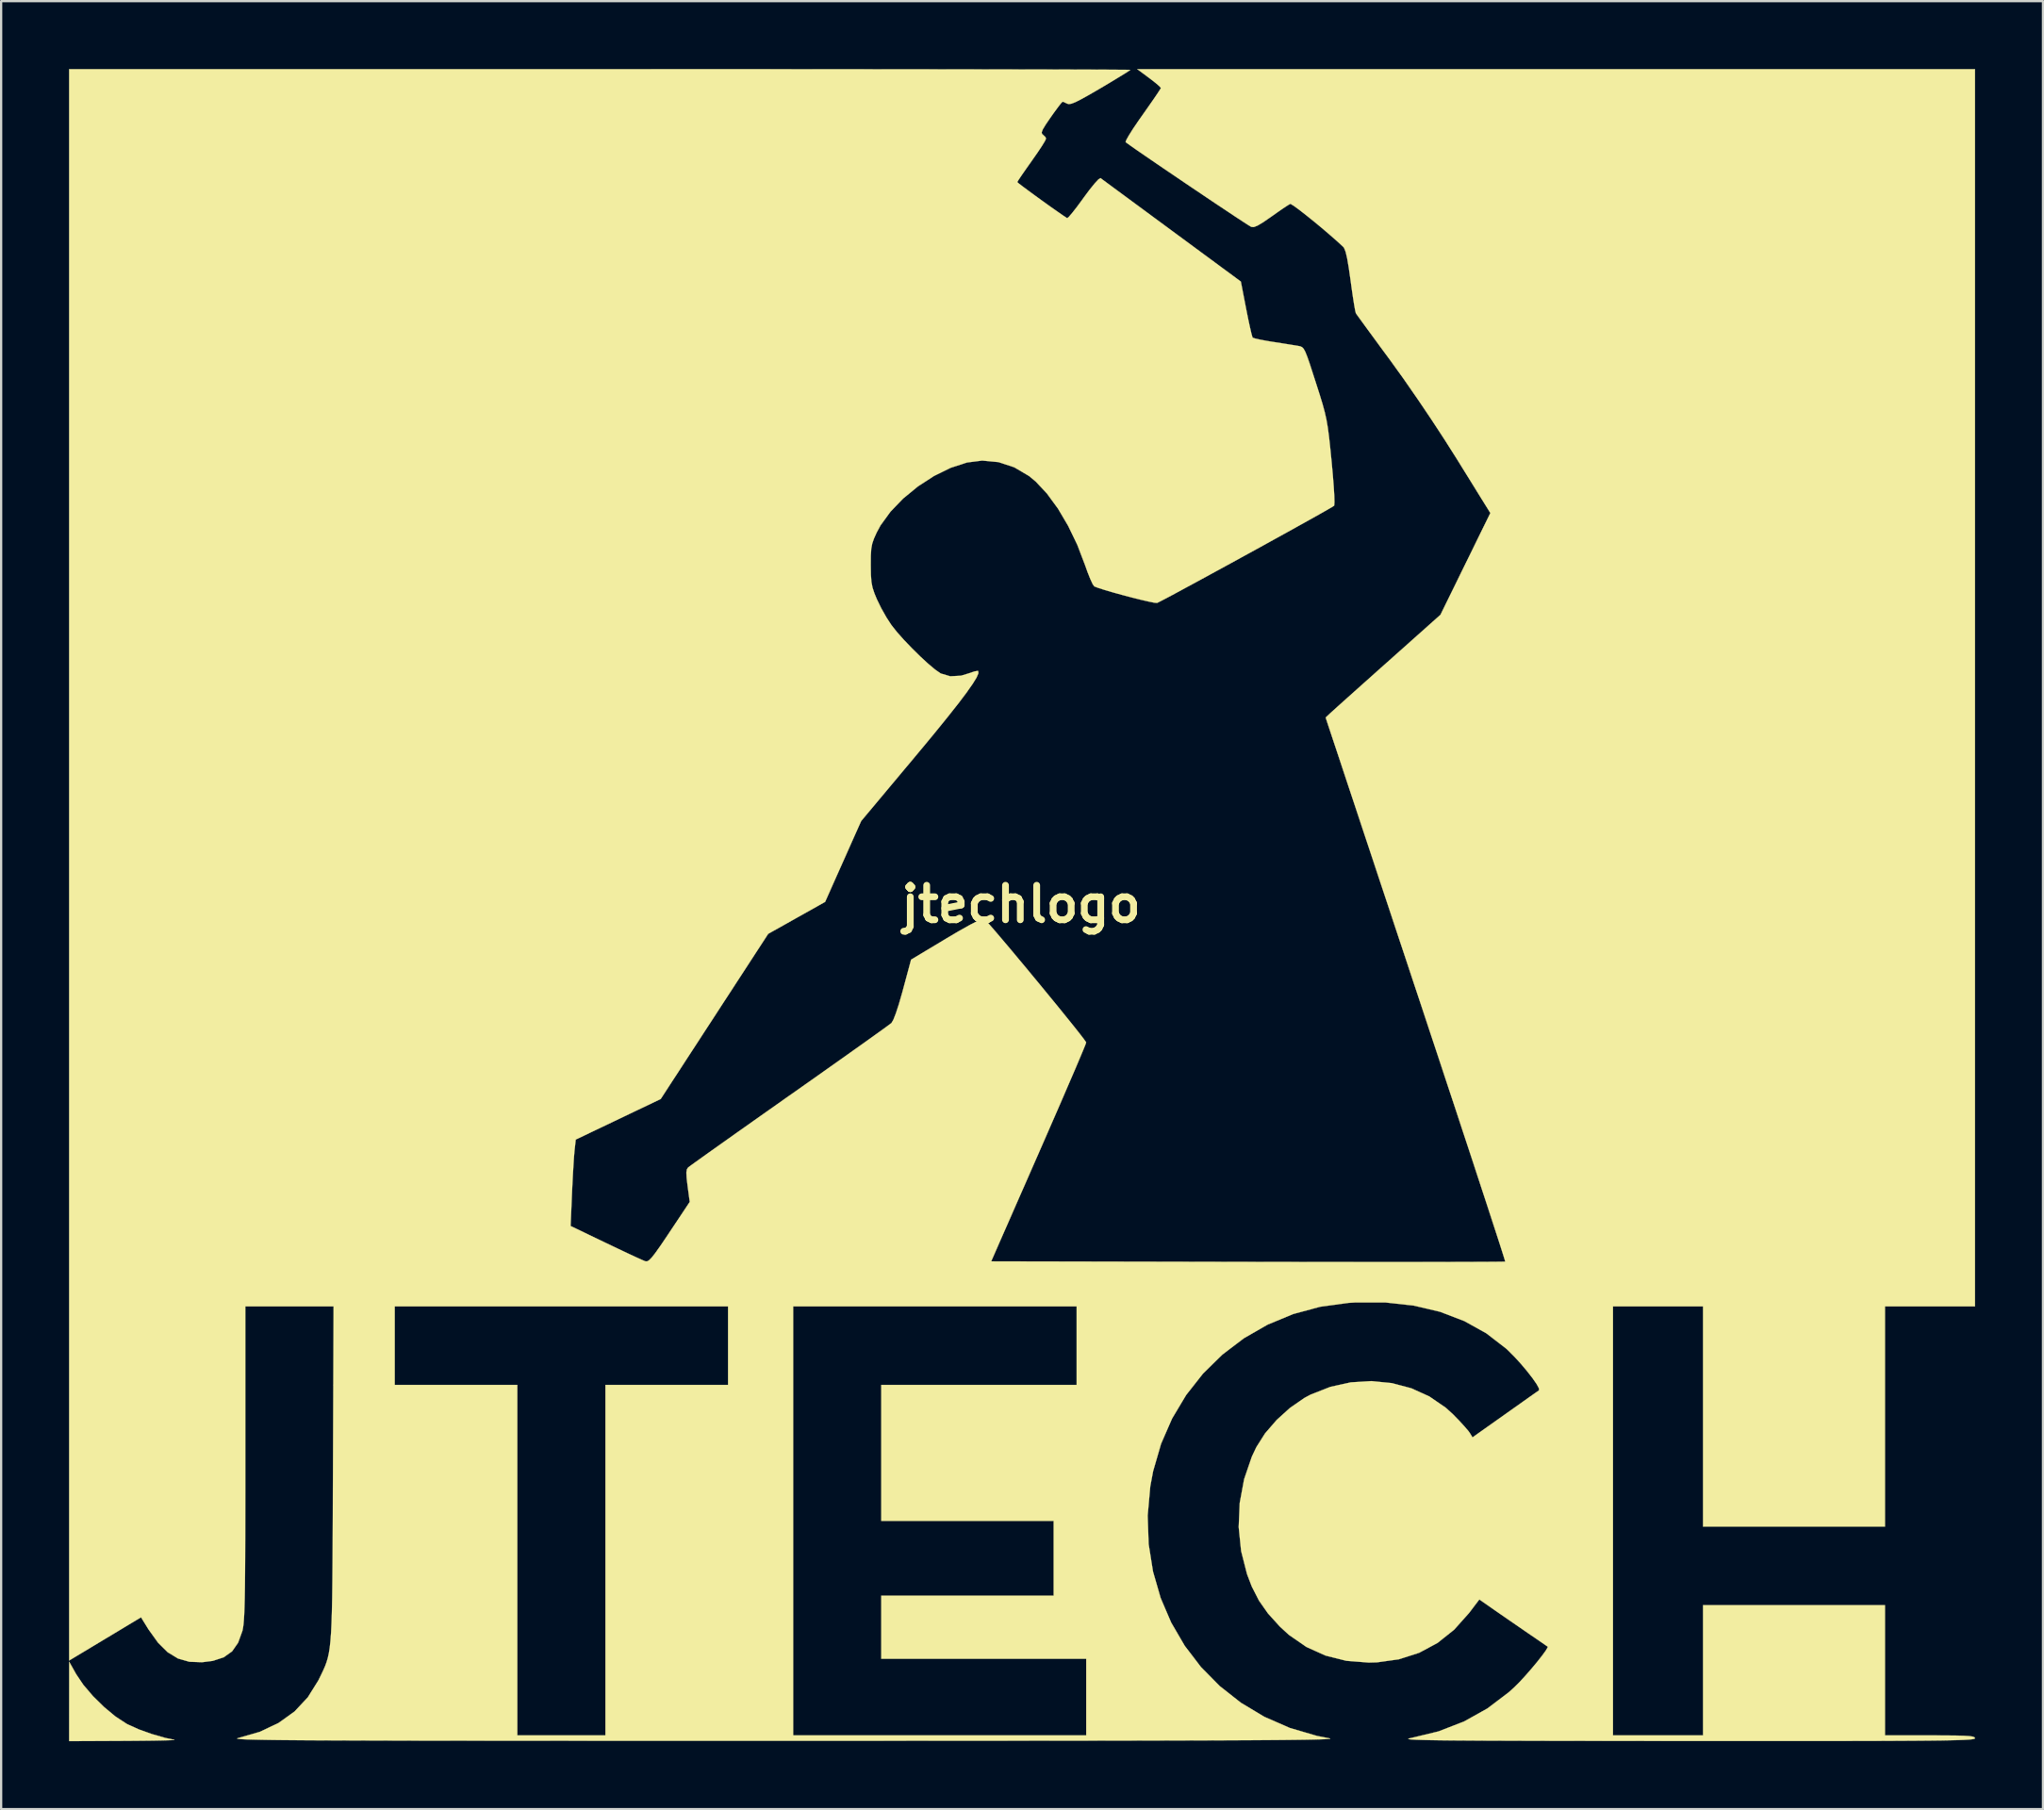
<source format=kicad_pcb>
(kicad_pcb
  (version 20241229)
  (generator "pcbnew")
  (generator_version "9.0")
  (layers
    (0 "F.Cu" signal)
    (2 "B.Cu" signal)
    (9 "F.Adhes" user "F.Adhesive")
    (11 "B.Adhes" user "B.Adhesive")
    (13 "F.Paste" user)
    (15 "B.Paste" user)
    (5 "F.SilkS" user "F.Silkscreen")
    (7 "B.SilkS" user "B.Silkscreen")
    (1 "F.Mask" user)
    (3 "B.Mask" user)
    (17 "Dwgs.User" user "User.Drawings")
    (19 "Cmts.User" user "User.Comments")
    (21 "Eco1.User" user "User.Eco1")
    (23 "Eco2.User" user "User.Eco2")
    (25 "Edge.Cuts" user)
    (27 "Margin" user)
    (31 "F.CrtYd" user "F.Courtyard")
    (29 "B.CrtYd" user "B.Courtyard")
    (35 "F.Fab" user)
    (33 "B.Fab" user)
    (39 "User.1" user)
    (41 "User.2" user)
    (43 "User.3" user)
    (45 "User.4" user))
  (footprint "jtechlogo"
    (layer "F.Cu")
    (at 42.084 36.92)
    (property "Reference" "jtechlogo" (at 0 0 0) (layer "F.SilkS") (effects (font (size 1.524 1.524) (thickness 0.3))))
    (attr through_hole)
    (fp_poly (pts (xy -41.768 34.036) (xy -41.45 34.509) (xy -41.024 35.008) (xy -40.535 35.49) (xy -40.028 35.91) (xy -39.545 36.227) (xy -39.493 36.255) (xy -39 36.478) (xy -38.418 36.686) (xy -37.826 36.856) (xy -37.423 36.941) (xy -37.449 36.95) (xy -37.625 36.959) (xy -37.934 36.968) (xy -38.355 36.976) (xy -38.871 36.982) (xy -39.462 36.987) (xy -39.645 36.988) (xy -42.079 36.999) (xy -42.078 35.242) (xy -42.077 33.486) (xy -41.768 34.036)) (stroke (width 0.01) (type solid)) (fill yes) (layer "F.SilkS"))
    (fp_poly (pts (xy -16.646 -36.915) (xy -14.709 -36.914) (xy -12.823 -36.914) (xy -10.996 -36.913) (xy -9.233 -36.912) (xy -7.543 -36.911) (xy -5.93 -36.909) (xy -4.403 -36.908) (xy -2.968 -36.906) (xy -1.632 -36.904) (xy -0.402 -36.902) (xy 0.716 -36.9) (xy 1.714 -36.898) (xy 2.586 -36.895) (xy 3.326 -36.893) (xy 3.925 -36.89) (xy 4.378 -36.887) (xy 4.677 -36.885) (xy 4.816 -36.882) (xy 4.826 -36.881) (xy 4.757 -36.829) (xy 4.564 -36.706) (xy 4.272 -36.527) (xy 3.903 -36.304) (xy 3.514 -36.073) (xy 3.03 -35.791) (xy 2.669 -35.59) (xy 2.409 -35.458) (xy 2.23 -35.388) (xy 2.112 -35.369) (xy 2.038 -35.388) (xy 1.89 -35.458) (xy 1.833 -35.475) (xy 1.77 -35.411) (xy 1.634 -35.236) (xy 1.447 -34.981) (xy 1.309 -34.786) (xy 1.09 -34.466) (xy 0.961 -34.254) (xy 0.91 -34.124) (xy 0.925 -34.05) (xy 0.963 -34.02) (xy 1.08 -33.905) (xy 1.101 -33.84) (xy 1.054 -33.735) (xy 0.925 -33.524) (xy 0.734 -33.235) (xy 0.499 -32.898) (xy 0.466 -32.851) (xy 0.228 -32.515) (xy 0.031 -32.231) (xy -0.107 -32.025) (xy -0.167 -31.925) (xy -0.168 -31.921) (xy -0.103 -31.862) (xy 0.073 -31.727) (xy 0.33 -31.535) (xy 0.64 -31.308) (xy 0.976 -31.065) (xy 1.309 -30.826) (xy 1.611 -30.614) (xy 1.852 -30.447) (xy 2.006 -30.346) (xy 2.04 -30.327) (xy 2.109 -30.383) (xy 2.255 -30.553) (xy 2.458 -30.812) (xy 2.699 -31.138) (xy 2.765 -31.23) (xy 3.029 -31.586) (xy 3.252 -31.862) (xy 3.417 -32.039) (xy 3.508 -32.097) (xy 3.514 -32.095) (xy 3.597 -32.033) (xy 3.803 -31.881) (xy 4.117 -31.649) (xy 4.525 -31.348) (xy 5.013 -30.989) (xy 5.566 -30.581) (xy 6.171 -30.135) (xy 6.655 -29.778) (xy 9.713 -27.524) (xy 9.948 -26.314) (xy 10.035 -25.88) (xy 10.115 -25.508) (xy 10.18 -25.226) (xy 10.225 -25.068) (xy 10.235 -25.045) (xy 10.336 -25.009) (xy 10.566 -24.956) (xy 10.887 -24.896) (xy 11.134 -24.856) (xy 11.526 -24.795) (xy 11.884 -24.738) (xy 12.156 -24.694) (xy 12.252 -24.678) (xy 12.345 -24.659) (xy 12.422 -24.622) (xy 12.492 -24.547) (xy 12.565 -24.411) (xy 12.652 -24.193) (xy 12.764 -23.872) (xy 12.909 -23.425) (xy 13.031 -23.047) (xy 13.197 -22.526) (xy 13.325 -22.106) (xy 13.422 -21.749) (xy 13.497 -21.416) (xy 13.557 -21.069) (xy 13.61 -20.668) (xy 13.664 -20.175) (xy 13.724 -19.574) (xy 13.778 -18.981) (xy 13.818 -18.469) (xy 13.843 -18.059) (xy 13.85 -17.771) (xy 13.84 -17.625) (xy 13.834 -17.613) (xy 13.742 -17.554) (xy 13.518 -17.425) (xy 13.18 -17.233) (xy 12.745 -16.989) (xy 12.229 -16.702) (xy 11.65 -16.381) (xy 11.026 -16.036) (xy 10.372 -15.676) (xy 9.707 -15.311) (xy 9.047 -14.95) (xy 8.41 -14.602) (xy 7.813 -14.277) (xy 7.272 -13.984) (xy 6.806 -13.732) (xy 6.431 -13.532) (xy 6.164 -13.392) (xy 6.023 -13.322) (xy 6.008 -13.316) (xy 5.887 -13.327) (xy 5.64 -13.377) (xy 5.299 -13.456) (xy 4.9 -13.556) (xy 4.477 -13.668) (xy 4.065 -13.781) (xy 3.699 -13.888) (xy 3.414 -13.979) (xy 3.243 -14.044) (xy 3.233 -14.049) (xy 3.163 -14.15) (xy 3.057 -14.377) (xy 2.932 -14.694) (xy 2.827 -14.99) (xy 2.485 -15.883) (xy 2.08 -16.724) (xy 1.628 -17.488) (xy 1.146 -18.148) (xy 0.649 -18.68) (xy 0.357 -18.923) (xy -0.302 -19.312) (xy -0.999 -19.542) (xy -1.719 -19.61) (xy -2.392 -19.525) (xy -3.119 -19.288) (xy -3.852 -18.927) (xy -4.561 -18.467) (xy -5.212 -17.933) (xy -5.774 -17.349) (xy -6.216 -16.74) (xy -6.383 -16.431) (xy -6.503 -16.163) (xy -6.58 -15.939) (xy -6.623 -15.706) (xy -6.641 -15.41) (xy -6.644 -15) (xy -6.644 -14.986) (xy -6.638 -14.563) (xy -6.616 -14.252) (xy -6.568 -13.998) (xy -6.484 -13.743) (xy -6.378 -13.486) (xy -6.185 -13.09) (xy -5.944 -12.665) (xy -5.735 -12.343) (xy -5.498 -12.043) (xy -5.187 -11.692) (xy -4.832 -11.321) (xy -4.463 -10.957) (xy -4.11 -10.631) (xy -3.801 -10.372) (xy -3.569 -10.21) (xy -3.546 -10.197) (xy -3.131 -10.075) (xy -2.656 -10.101) (xy -2.286 -10.212) (xy -2.067 -10.287) (xy -1.921 -10.313) (xy -1.896 -10.306) (xy -1.887 -10.21) (xy -1.967 -10.022) (xy -2.14 -9.739) (xy -2.409 -9.355) (xy -2.778 -8.867) (xy -3.251 -8.269) (xy -3.829 -7.556) (xy -4.518 -6.724) (xy -4.686 -6.523) (xy -7.07 -3.674) (xy -7.866 -1.888) (xy -8.662 -0.102) (xy -9.92 0.605) (xy -11.179 1.312) (xy -15.93 8.613) (xy -19.685 10.406) (xy -19.739 10.897) (xy -19.761 11.152) (xy -19.786 11.534) (xy -19.813 12.001) (xy -19.839 12.511) (xy -19.852 12.807) (xy -19.912 14.226) (xy -18.345 14.979) (xy -17.861 15.21) (xy -17.421 15.418) (xy -17.05 15.591) (xy -16.774 15.716) (xy -16.619 15.782) (xy -16.605 15.787) (xy -16.533 15.79) (xy -16.447 15.742) (xy -16.332 15.627) (xy -16.174 15.427) (xy -15.96 15.126) (xy -15.675 14.705) (xy -15.539 14.502) (xy -14.646 13.161) (xy -14.741 12.456) (xy -14.784 12.094) (xy -14.795 11.861) (xy -14.773 11.721) (xy -14.72 11.642) (xy -14.632 11.575) (xy -14.418 11.419) (xy -14.089 11.183) (xy -13.658 10.876) (xy -13.137 10.506) (xy -12.538 10.082) (xy -11.872 9.611) (xy -11.153 9.104) (xy -10.393 8.568) (xy -10.245 8.464) (xy -9.476 7.923) (xy -8.746 7.407) (xy -8.066 6.926) (xy -7.449 6.489) (xy -6.907 6.103) (xy -6.453 5.779) (xy -6.098 5.524) (xy -5.856 5.347) (xy -5.737 5.257) (xy -5.73 5.251) (xy -5.647 5.11) (xy -5.536 4.826) (xy -5.403 4.421) (xy -5.257 3.917) (xy -5.219 3.778) (xy -4.863 2.452) (xy -3.301 1.514) (xy -2.712 1.167) (xy -2.246 0.906) (xy -1.906 0.733) (xy -1.699 0.65) (xy -1.635 0.648) (xy -1.545 0.738) (xy -1.364 0.939) (xy -1.108 1.235) (xy -0.789 1.61) (xy -0.422 2.046) (xy -0.021 2.526) (xy 0.402 3.035) (xy 0.831 3.554) (xy 1.254 4.069) (xy 1.656 4.56) (xy 2.023 5.013) (xy 2.342 5.409) (xy 2.598 5.733) (xy 2.779 5.968) (xy 2.869 6.096) (xy 2.877 6.114) (xy 2.844 6.209) (xy 2.748 6.445) (xy 2.595 6.809) (xy 2.392 7.287) (xy 2.143 7.866) (xy 1.856 8.532) (xy 1.535 9.271) (xy 1.187 10.069) (xy 0.817 10.914) (xy 0.777 11.007) (xy -1.322 15.79) (xy 10.021 15.812) (xy 11.392 15.814) (xy 12.717 15.816) (xy 13.986 15.817) (xy 15.187 15.818) (xy 16.312 15.818) (xy 17.351 15.818) (xy 18.293 15.817) (xy 19.13 15.815) (xy 19.851 15.813) (xy 20.446 15.811) (xy 20.906 15.808) (xy 21.22 15.805) (xy 21.379 15.801) (xy 21.398 15.799) (xy 21.375 15.717) (xy 21.302 15.482) (xy 21.182 15.104) (xy 21.017 14.592) (xy 20.809 13.955) (xy 20.563 13.202) (xy 20.281 12.34) (xy 19.966 11.38) (xy 19.62 10.33) (xy 19.247 9.198) (xy 18.849 7.994) (xy 18.43 6.727) (xy 17.992 5.405) (xy 17.539 4.037) (xy 17.446 3.758) (xy 13.461 -8.25) (xy 13.652 -8.43) (xy 13.758 -8.527) (xy 13.974 -8.722) (xy 14.286 -9.002) (xy 14.679 -9.354) (xy 15.136 -9.762) (xy 15.642 -10.214) (xy 16.182 -10.696) (xy 16.19 -10.702) (xy 18.536 -12.793) (xy 20.741 -17.291) (xy 19.291 -19.631) (xy 18.735 -20.51) (xy 18.126 -21.441) (xy 17.496 -22.374) (xy 16.882 -23.258) (xy 16.346 -24.003) (xy 15.966 -24.519) (xy 15.619 -24.992) (xy 15.316 -25.405) (xy 15.072 -25.741) (xy 14.897 -25.981) (xy 14.806 -26.109) (xy 14.797 -26.123) (xy 14.769 -26.233) (xy 14.724 -26.48) (xy 14.668 -26.835) (xy 14.606 -27.266) (xy 14.566 -27.562) (xy 14.485 -28.128) (xy 14.414 -28.544) (xy 14.348 -28.827) (xy 14.282 -28.998) (xy 14.242 -29.053) (xy 13.974 -29.301) (xy 13.65 -29.585) (xy 13.297 -29.887) (xy 12.937 -30.185) (xy 12.595 -30.46) (xy 12.296 -30.693) (xy 12.064 -30.863) (xy 11.923 -30.95) (xy 11.896 -30.957) (xy 11.788 -30.894) (xy 11.576 -30.754) (xy 11.294 -30.559) (xy 11.057 -30.392) (xy 10.701 -30.145) (xy 10.451 -29.996) (xy 10.285 -29.931) (xy 10.178 -29.938) (xy 10.174 -29.94) (xy 10.054 -30.012) (xy 9.818 -30.164) (xy 9.485 -30.383) (xy 9.072 -30.657) (xy 8.599 -30.972) (xy 8.083 -31.318) (xy 7.545 -31.68) (xy 7.001 -32.048) (xy 6.471 -32.407) (xy 5.974 -32.745) (xy 5.527 -33.051) (xy 5.149 -33.311) (xy 4.86 -33.513) (xy 4.677 -33.644) (xy 4.618 -33.691) (xy 4.649 -33.782) (xy 4.764 -33.986) (xy 4.948 -34.277) (xy 5.187 -34.631) (xy 5.374 -34.897) (xy 5.643 -35.279) (xy 5.875 -35.612) (xy 6.051 -35.873) (xy 6.156 -36.037) (xy 6.179 -36.081) (xy 6.117 -36.154) (xy 5.95 -36.298) (xy 5.712 -36.484) (xy 5.657 -36.525) (xy 5.133 -36.915) (xy 42.164 -36.915) (xy 42.164 17.78) (xy 38.185 17.78) (xy 38.185 27.517) (xy 30.141 27.517) (xy 30.141 17.78) (xy 26.162 17.78) (xy 26.162 36.745) (xy 30.141 36.745) (xy 30.141 30.988) (xy 38.185 30.988) (xy 38.185 36.745) (xy 40.174 36.745) (xy 40.813 36.747) (xy 41.302 36.751) (xy 41.66 36.76) (xy 41.906 36.775) (xy 42.059 36.797) (xy 42.138 36.827) (xy 42.164 36.866) (xy 42.164 36.872) (xy 42.15 36.89) (xy 42.103 36.905) (xy 42.015 36.919) (xy 41.879 36.932) (xy 41.686 36.943) (xy 41.43 36.953) (xy 41.102 36.961) (xy 40.695 36.969) (xy 40.201 36.975) (xy 39.612 36.98) (xy 38.92 36.984) (xy 38.119 36.988) (xy 37.2 36.99) (xy 36.155 36.992) (xy 34.977 36.993) (xy 33.658 36.993) (xy 32.19 36.993) (xy 30.566 36.992) (xy 29.358 36.992) (xy 27.63 36.991) (xy 26.065 36.989) (xy 24.654 36.988) (xy 23.391 36.986) (xy 22.269 36.983) (xy 21.279 36.98) (xy 20.416 36.977) (xy 19.671 36.972) (xy 19.037 36.968) (xy 18.508 36.962) (xy 18.076 36.955) (xy 17.734 36.947) (xy 17.475 36.939) (xy 17.29 36.929) (xy 17.174 36.918) (xy 17.119 36.906) (xy 17.117 36.892) (xy 17.162 36.877) (xy 17.23 36.863) (xy 18.449 36.568) (xy 19.575 36.132) (xy 20.612 35.553) (xy 21.565 34.83) (xy 21.797 34.62) (xy 22.023 34.395) (xy 22.281 34.116) (xy 22.548 33.81) (xy 22.803 33.505) (xy 23.023 33.226) (xy 23.187 33.002) (xy 23.272 32.858) (xy 23.275 32.822) (xy 23.196 32.767) (xy 23.005 32.636) (xy 22.732 32.448) (xy 22.403 32.223) (xy 22.394 32.217) (xy 21.98 31.932) (xy 21.537 31.627) (xy 21.129 31.345) (xy 20.901 31.187) (xy 20.255 30.736) (xy 19.801 31.334) (xy 19.144 32.07) (xy 18.407 32.658) (xy 17.591 33.095) (xy 16.699 33.381) (xy 15.736 33.515) (xy 15.367 33.525) (xy 14.378 33.448) (xy 13.457 33.217) (xy 12.61 32.835) (xy 11.839 32.303) (xy 11.43 31.927) (xy 10.912 31.353) (xy 10.513 30.785) (xy 10.197 30.165) (xy 9.986 29.613) (xy 9.725 28.593) (xy 9.618 27.536) (xy 9.663 26.47) (xy 9.857 25.422) (xy 10.2 24.421) (xy 10.397 24.003) (xy 10.784 23.394) (xy 11.296 22.801) (xy 11.888 22.265) (xy 12.519 21.829) (xy 12.785 21.686) (xy 13.667 21.338) (xy 14.574 21.138) (xy 15.487 21.083) (xy 16.384 21.171) (xy 17.244 21.398) (xy 18.047 21.762) (xy 18.771 22.259) (xy 19.095 22.555) (xy 19.367 22.834) (xy 19.604 23.093) (xy 19.773 23.291) (xy 19.825 23.363) (xy 19.953 23.57) (xy 21.38 22.559) (xy 21.814 22.252) (xy 22.203 21.976) (xy 22.525 21.749) (xy 22.759 21.584) (xy 22.882 21.498) (xy 22.892 21.49) (xy 22.887 21.399) (xy 22.785 21.212) (xy 22.606 20.954) (xy 22.371 20.651) (xy 22.099 20.328) (xy 21.81 20.011) (xy 21.526 19.726) (xy 21.439 19.646) (xy 20.566 18.972) (xy 19.591 18.429) (xy 18.518 18.019) (xy 17.353 17.744) (xy 16.102 17.606) (xy 14.772 17.606) (xy 14.478 17.624) (xy 13.221 17.796) (xy 12.025 18.119) (xy 10.898 18.586) (xy 9.852 19.186) (xy 8.897 19.911) (xy 8.042 20.75) (xy 7.299 21.694) (xy 6.676 22.734) (xy 6.185 23.86) (xy 5.836 25.063) (xy 5.71 25.738) (xy 5.595 27.029) (xy 5.638 28.287) (xy 5.831 29.503) (xy 6.166 30.665) (xy 6.637 31.763) (xy 7.235 32.787) (xy 7.953 33.725) (xy 8.784 34.567) (xy 9.719 35.303) (xy 10.752 35.922) (xy 11.875 36.414) (xy 13.079 36.767) (xy 13.625 36.874) (xy 13.665 36.885) (xy 13.65 36.895) (xy 13.574 36.904) (xy 13.432 36.913) (xy 13.221 36.921) (xy 12.933 36.929) (xy 12.566 36.936) (xy 12.113 36.942) (xy 11.569 36.948) (xy 10.93 36.953) (xy 10.191 36.958) (xy 9.346 36.962) (xy 8.392 36.966) (xy 7.321 36.969) (xy 6.131 36.972) (xy 4.815 36.975) (xy 3.37 36.977) (xy 1.789 36.979) (xy 0.067 36.98) (xy -1.799 36.981) (xy -3.815 36.982) (xy -5.987 36.983) (xy -8.318 36.984) (xy -10.456 36.984) (xy -12.895 36.984) (xy -15.169 36.984) (xy -17.285 36.984) (xy -19.247 36.983) (xy -21.062 36.982) (xy -22.734 36.981) (xy -24.27 36.98) (xy -25.674 36.979) (xy -26.952 36.977) (xy -28.109 36.974) (xy -29.151 36.971) (xy -30.082 36.968) (xy -30.91 36.965) (xy -31.638 36.961) (xy -32.272 36.956) (xy -32.818 36.951) (xy -33.281 36.945) (xy -33.667 36.938) (xy -33.98 36.931) (xy -34.226 36.924) (xy -34.411 36.915) (xy -34.541 36.906) (xy -34.619 36.897) (xy -34.652 36.886) (xy -34.646 36.875) (xy -34.605 36.863) (xy -34.599 36.861) (xy -33.648 36.586) (xy -32.82 36.194) (xy -32.113 35.686) (xy -31.528 35.06) (xy -31.063 34.315) (xy -31.029 34.246) (xy -30.931 34.046) (xy -30.845 33.865) (xy -30.769 33.694) (xy -30.704 33.52) (xy -30.648 33.332) (xy -30.6 33.119) (xy -30.56 32.868) (xy -30.528 32.569) (xy -30.501 32.209) (xy -30.48 31.777) (xy -30.464 31.262) (xy -30.451 30.652) (xy -30.442 29.936) (xy -30.435 29.102) (xy -30.429 28.138) (xy -30.424 27.033) (xy -30.42 25.775) (xy -30.417 25.167) (xy -30.389 17.78) (xy -27.686 17.78) (xy -27.686 21.251) (xy -22.267 21.251) (xy -22.267 36.745) (xy -18.373 36.745) (xy -18.373 21.251) (xy -12.954 21.251) (xy -12.954 17.78) (xy -10.075 17.78) (xy -10.075 36.745) (xy 2.879 36.745) (xy 2.879 33.359) (xy -6.181 33.359) (xy -6.181 30.565) (xy 1.439 30.565) (xy 1.439 27.263) (xy -6.181 27.263) (xy -6.181 21.251) (xy 2.455 21.251) (xy 2.455 17.78) (xy -10.075 17.78) (xy -12.954 17.78) (xy -27.686 17.78) (xy -30.389 17.78) (xy -34.29 17.78) (xy -34.29 24.705) (xy -34.29 25.975) (xy -34.292 27.087) (xy -34.294 28.053) (xy -34.297 28.883) (xy -34.302 29.588) (xy -34.308 30.181) (xy -34.316 30.671) (xy -34.327 31.071) (xy -34.339 31.392) (xy -34.354 31.645) (xy -34.371 31.841) (xy -34.392 31.992) (xy -34.415 32.108) (xy -34.421 32.131) (xy -34.608 32.647) (xy -34.876 33.03) (xy -35.244 33.293) (xy -35.728 33.451) (xy -36.198 33.51) (xy -36.764 33.49) (xy -37.266 33.347) (xy -37.722 33.069) (xy -38.15 32.645) (xy -38.568 32.063) (xy -38.609 31.997) (xy -38.9 31.525) (xy -40.49 32.481) (xy -42.079 33.437) (xy -42.079 -36.915) (xy -18.627 -36.915) (xy -16.646 -36.915)) (stroke (width 0.01) (type solid)) (fill yes) (layer "F.SilkS")))
  (gr_rect
    (start -3 -3)
    (end 87.253 76.924)
    (stroke (width 0.1) (type default))
    (fill no)
    (layer "Edge.Cuts")))
</source>
